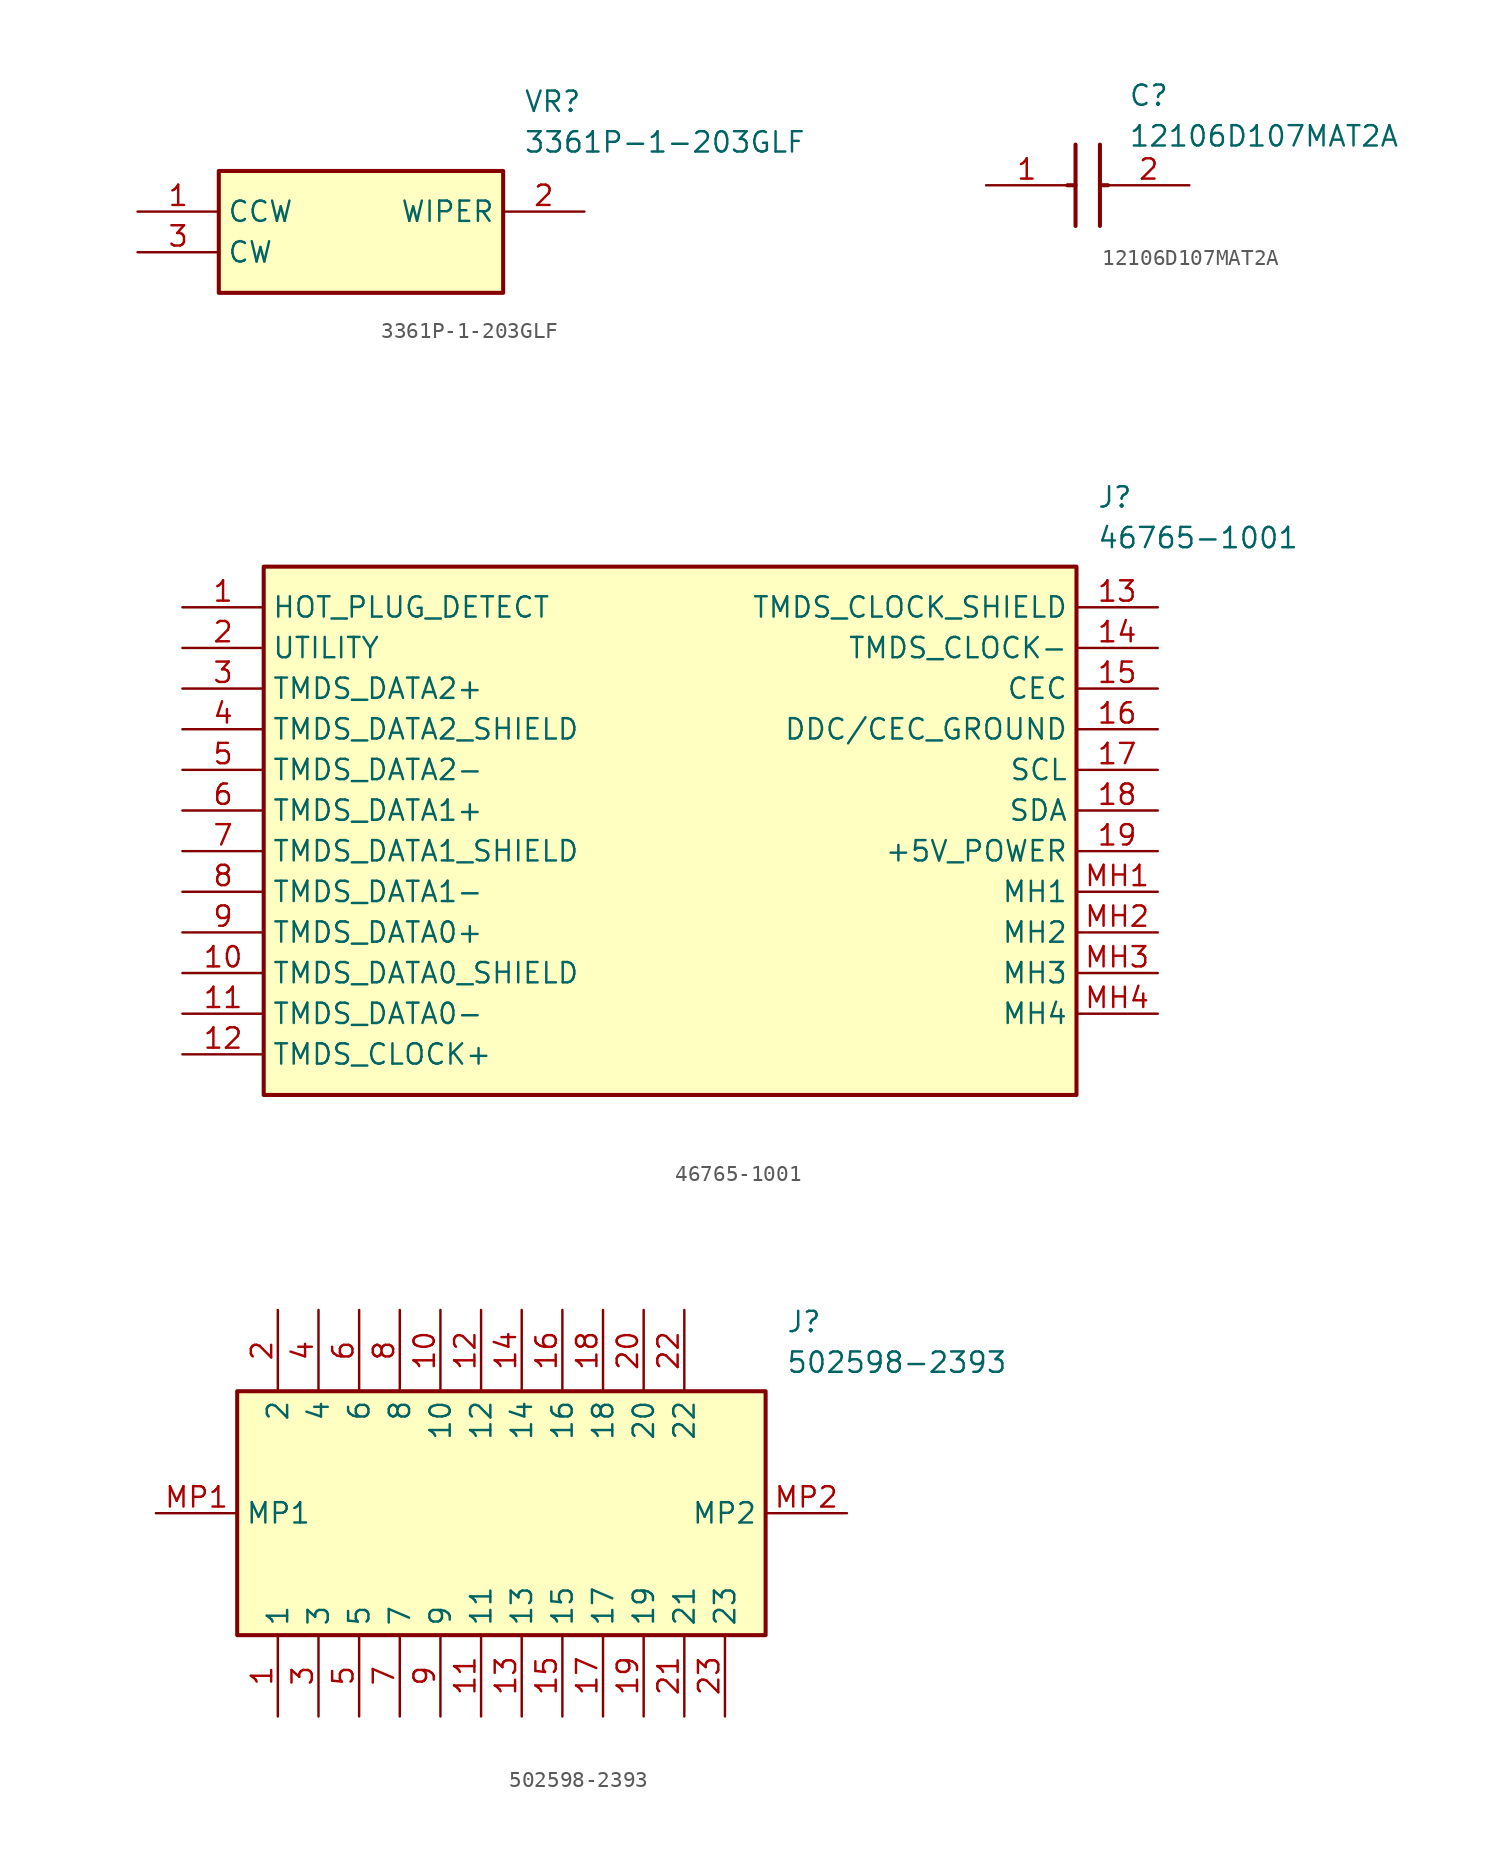
<source format=kicad_sym>
(kicad_symbol_lib
  (version 20220914)
  (generator kicad_symbol_editor)
  (symbol "3361P-1-203GLF"
    (property "Reference" "VR"
      (at 24.13 7.62 0)
      (effects (font (size 1.27 1.27)) (justify left top)))
    (property "Value" "3361P-1-203GLF"
      (at 24.13 5.08 0)
      (effects (font (size 1.27 1.27)) (justify left top)))
    (rectangle
      (start 5.08 2.54)
      (end 22.86 -5.08)
      (stroke (width 0.254) (type default))
      (fill (type background)))
    (pin passive line
      (at 0 0 0)
      (length 5.08)
      (name "CCW" (effects (font (size 1.27 1.27))))
      (number "1" (effects (font (size 1.27 1.27)))))
    (pin passive line
      (at 27.94 0 180)
      (length 5.08)
      (name "WIPER" (effects (font (size 1.27 1.27))))
      (number "2" (effects (font (size 1.27 1.27)))))
    (pin passive line
      (at 0 -2.54 0)
      (length 5.08)
      (name "CW" (effects (font (size 1.27 1.27))))
      (number "3" (effects (font (size 1.27 1.27))))))
  (symbol "12106D107MAT2A"
    (pin_names hide)
    (property "Reference" "C"
      (at 8.89 6.35 0)
      (effects (font (size 1.27 1.27)) (justify left top)))
    (property "Value" "12106D107MAT2A"
      (at 8.89 3.81 0)
      (effects (font (size 1.27 1.27)) (justify left top)))
    (symbol "12106D107MAT2A_1_1"
      (polyline (pts (xy 5.08 0) (xy 5.588 0)) (stroke (width 0.254) (type default)) (fill (type none)))
      (polyline (pts (xy 5.588 2.54) (xy 5.588 -2.54)) (stroke (width 0.254) (type default)) (fill (type none)))
      (polyline (pts (xy 7.112 0) (xy 7.62 0)) (stroke (width 0.254) (type default)) (fill (type none)))
      (polyline (pts (xy 7.112 2.54) (xy 7.112 -2.54)) (stroke (width 0.254) (type default)) (fill (type none)))
      (pin passive line (at 0 0 0) (length 5.08) (name "C1" (effects (font (size 1.27 1.27)))) (number "1" (effects (font (size 1.27 1.27)))))
      (pin passive line (at 12.7 0 180) (length 5.08) (name "C2" (effects (font (size 1.27 1.27)))) (number "2" (effects (font (size 1.27 1.27)))))))
  (symbol "46765-1001"
    (property "Reference" "J"
      (at 57.15 7.62 0)
      (effects (font (size 1.27 1.27)) (justify left top)))
    (property "Value" "46765-1001"
      (at 57.15 5.08 0)
      (effects (font (size 1.27 1.27)) (justify left top)))
    (rectangle
      (start 5.08 2.54)
      (end 55.88 -30.48)
      (stroke (width 0.254) (type default))
      (fill (type background)))
    (pin passive line
      (at 0 0 0)
      (length 5.08)
      (name "HOT_PLUG_DETECT" (effects (font (size 1.27 1.27))))
      (number "1" (effects (font (size 1.27 1.27)))))
    (pin passive line
      (at 0 -2.54 0)
      (length 5.08)
      (name "UTILITY" (effects (font (size 1.27 1.27))))
      (number "2" (effects (font (size 1.27 1.27)))))
    (pin passive line
      (at 0 -5.08 0)
      (length 5.08)
      (name "TMDS_DATA2+" (effects (font (size 1.27 1.27))))
      (number "3" (effects (font (size 1.27 1.27)))))
    (pin passive line
      (at 0 -7.62 0)
      (length 5.08)
      (name "TMDS_DATA2_SHIELD" (effects (font (size 1.27 1.27))))
      (number "4" (effects (font (size 1.27 1.27)))))
    (pin passive line
      (at 0 -10.16 0)
      (length 5.08)
      (name "TMDS_DATA2-" (effects (font (size 1.27 1.27))))
      (number "5" (effects (font (size 1.27 1.27)))))
    (pin passive line
      (at 0 -12.7 0)
      (length 5.08)
      (name "TMDS_DATA1+" (effects (font (size 1.27 1.27))))
      (number "6" (effects (font (size 1.27 1.27)))))
    (pin passive line
      (at 0 -15.24 0)
      (length 5.08)
      (name "TMDS_DATA1_SHIELD" (effects (font (size 1.27 1.27))))
      (number "7" (effects (font (size 1.27 1.27)))))
    (pin passive line
      (at 0 -17.78 0)
      (length 5.08)
      (name "TMDS_DATA1-" (effects (font (size 1.27 1.27))))
      (number "8" (effects (font (size 1.27 1.27)))))
    (pin passive line
      (at 0 -20.32 0)
      (length 5.08)
      (name "TMDS_DATA0+" (effects (font (size 1.27 1.27))))
      (number "9" (effects (font (size 1.27 1.27)))))
    (pin passive line
      (at 0 -22.86 0)
      (length 5.08)
      (name "TMDS_DATA0_SHIELD" (effects (font (size 1.27 1.27))))
      (number "10" (effects (font (size 1.27 1.27)))))
    (pin passive line
      (at 0 -25.4 0)
      (length 5.08)
      (name "TMDS_DATA0-" (effects (font (size 1.27 1.27))))
      (number "11" (effects (font (size 1.27 1.27)))))
    (pin passive line
      (at 0 -27.94 0)
      (length 5.08)
      (name "TMDS_CLOCK+" (effects (font (size 1.27 1.27))))
      (number "12" (effects (font (size 1.27 1.27)))))
    (pin passive line
      (at 60.96 0 180)
      (length 5.08)
      (name "TMDS_CLOCK_SHIELD" (effects (font (size 1.27 1.27))))
      (number "13" (effects (font (size 1.27 1.27)))))
    (pin passive line
      (at 60.96 -2.54 180)
      (length 5.08)
      (name "TMDS_CLOCK-" (effects (font (size 1.27 1.27))))
      (number "14" (effects (font (size 1.27 1.27)))))
    (pin passive line
      (at 60.96 -5.08 180)
      (length 5.08)
      (name "CEC" (effects (font (size 1.27 1.27))))
      (number "15" (effects (font (size 1.27 1.27)))))
    (pin passive line
      (at 60.96 -7.62 180)
      (length 5.08)
      (name "DDC/CEC_GROUND" (effects (font (size 1.27 1.27))))
      (number "16" (effects (font (size 1.27 1.27)))))
    (pin passive line
      (at 60.96 -10.16 180)
      (length 5.08)
      (name "SCL" (effects (font (size 1.27 1.27))))
      (number "17" (effects (font (size 1.27 1.27)))))
    (pin passive line
      (at 60.96 -12.7 180)
      (length 5.08)
      (name "SDA" (effects (font (size 1.27 1.27))))
      (number "18" (effects (font (size 1.27 1.27)))))
    (pin passive line
      (at 60.96 -15.24 180)
      (length 5.08)
      (name "+5V_POWER" (effects (font (size 1.27 1.27))))
      (number "19" (effects (font (size 1.27 1.27)))))
    (pin passive line
      (at 60.96 -17.78 180)
      (length 5.08)
      (name "MH1" (effects (font (size 1.27 1.27))))
      (number "MH1" (effects (font (size 1.27 1.27)))))
    (pin passive line
      (at 60.96 -20.32 180)
      (length 5.08)
      (name "MH2" (effects (font (size 1.27 1.27))))
      (number "MH2" (effects (font (size 1.27 1.27)))))
    (pin passive line
      (at 60.96 -22.86 180)
      (length 5.08)
      (name "MH3" (effects (font (size 1.27 1.27))))
      (number "MH3" (effects (font (size 1.27 1.27)))))
    (pin passive line
      (at 60.96 -25.4 180)
      (length 5.08)
      (name "MH4" (effects (font (size 1.27 1.27))))
      (number "MH4" (effects (font (size 1.27 1.27))))))
  (symbol "502598-2393"
    (property "Reference" "J"
      (at 39.37 12.7 0)
      (effects (font (size 1.27 1.27)) (justify left top)))
    (property "Value" "502598-2393"
      (at 39.37 10.16 0)
      (effects (font (size 1.27 1.27)) (justify left top)))
    (symbol "502598-2393_1_1"
      (rectangle (start 5.08 7.62) (end 38.1 -7.62) (stroke (width 0.254) (type default)) (fill (type background)))
      (pin passive line (at 7.62 -12.7 90) (length 5.08) (name "1" (effects (font (size 1.27 1.27)))) (number "1" (effects (font (size 1.27 1.27)))))
      (pin passive line (at 17.78 12.7 270) (length 5.08) (name "10" (effects (font (size 1.27 1.27)))) (number "10" (effects (font (size 1.27 1.27)))))
      (pin passive line (at 20.32 -12.7 90) (length 5.08) (name "11" (effects (font (size 1.27 1.27)))) (number "11" (effects (font (size 1.27 1.27)))))
      (pin passive line (at 20.32 12.7 270) (length 5.08) (name "12" (effects (font (size 1.27 1.27)))) (number "12" (effects (font (size 1.27 1.27)))))
      (pin passive line (at 22.86 -12.7 90) (length 5.08) (name "13" (effects (font (size 1.27 1.27)))) (number "13" (effects (font (size 1.27 1.27)))))
      (pin passive line (at 22.86 12.7 270) (length 5.08) (name "14" (effects (font (size 1.27 1.27)))) (number "14" (effects (font (size 1.27 1.27)))))
      (pin passive line (at 25.4 -12.7 90) (length 5.08) (name "15" (effects (font (size 1.27 1.27)))) (number "15" (effects (font (size 1.27 1.27)))))
      (pin passive line (at 25.4 12.7 270) (length 5.08) (name "16" (effects (font (size 1.27 1.27)))) (number "16" (effects (font (size 1.27 1.27)))))
      (pin passive line (at 27.94 -12.7 90) (length 5.08) (name "17" (effects (font (size 1.27 1.27)))) (number "17" (effects (font (size 1.27 1.27)))))
      (pin passive line (at 27.94 12.7 270) (length 5.08) (name "18" (effects (font (size 1.27 1.27)))) (number "18" (effects (font (size 1.27 1.27)))))
      (pin passive line (at 30.48 -12.7 90) (length 5.08) (name "19" (effects (font (size 1.27 1.27)))) (number "19" (effects (font (size 1.27 1.27)))))
      (pin passive line (at 7.62 12.7 270) (length 5.08) (name "2" (effects (font (size 1.27 1.27)))) (number "2" (effects (font (size 1.27 1.27)))))
      (pin passive line (at 30.48 12.7 270) (length 5.08) (name "20" (effects (font (size 1.27 1.27)))) (number "20" (effects (font (size 1.27 1.27)))))
      (pin passive line (at 33.02 -12.7 90) (length 5.08) (name "21" (effects (font (size 1.27 1.27)))) (number "21" (effects (font (size 1.27 1.27)))))
      (pin passive line (at 33.02 12.7 270) (length 5.08) (name "22" (effects (font (size 1.27 1.27)))) (number "22" (effects (font (size 1.27 1.27)))))
      (pin passive line (at 35.56 -12.7 90) (length 5.08) (name "23" (effects (font (size 1.27 1.27)))) (number "23" (effects (font (size 1.27 1.27)))))
      (pin passive line (at 10.16 -12.7 90) (length 5.08) (name "3" (effects (font (size 1.27 1.27)))) (number "3" (effects (font (size 1.27 1.27)))))
      (pin passive line (at 10.16 12.7 270) (length 5.08) (name "4" (effects (font (size 1.27 1.27)))) (number "4" (effects (font (size 1.27 1.27)))))
      (pin passive line (at 12.7 -12.7 90) (length 5.08) (name "5" (effects (font (size 1.27 1.27)))) (number "5" (effects (font (size 1.27 1.27)))))
      (pin passive line (at 12.7 12.7 270) (length 5.08) (name "6" (effects (font (size 1.27 1.27)))) (number "6" (effects (font (size 1.27 1.27)))))
      (pin passive line (at 15.24 -12.7 90) (length 5.08) (name "7" (effects (font (size 1.27 1.27)))) (number "7" (effects (font (size 1.27 1.27)))))
      (pin passive line (at 15.24 12.7 270) (length 5.08) (name "8" (effects (font (size 1.27 1.27)))) (number "8" (effects (font (size 1.27 1.27)))))
      (pin passive line (at 17.78 -12.7 90) (length 5.08) (name "9" (effects (font (size 1.27 1.27)))) (number "9" (effects (font (size 1.27 1.27)))))
      (pin passive line (at 0 0 0) (length 5.08) (name "MP1" (effects (font (size 1.27 1.27)))) (number "MP1" (effects (font (size 1.27 1.27)))))
      (pin passive line (at 43.18 0 180) (length 5.08) (name "MP2" (effects (font (size 1.27 1.27)))) (number "MP2" (effects (font (size 1.27 1.27))))))))
</source>
